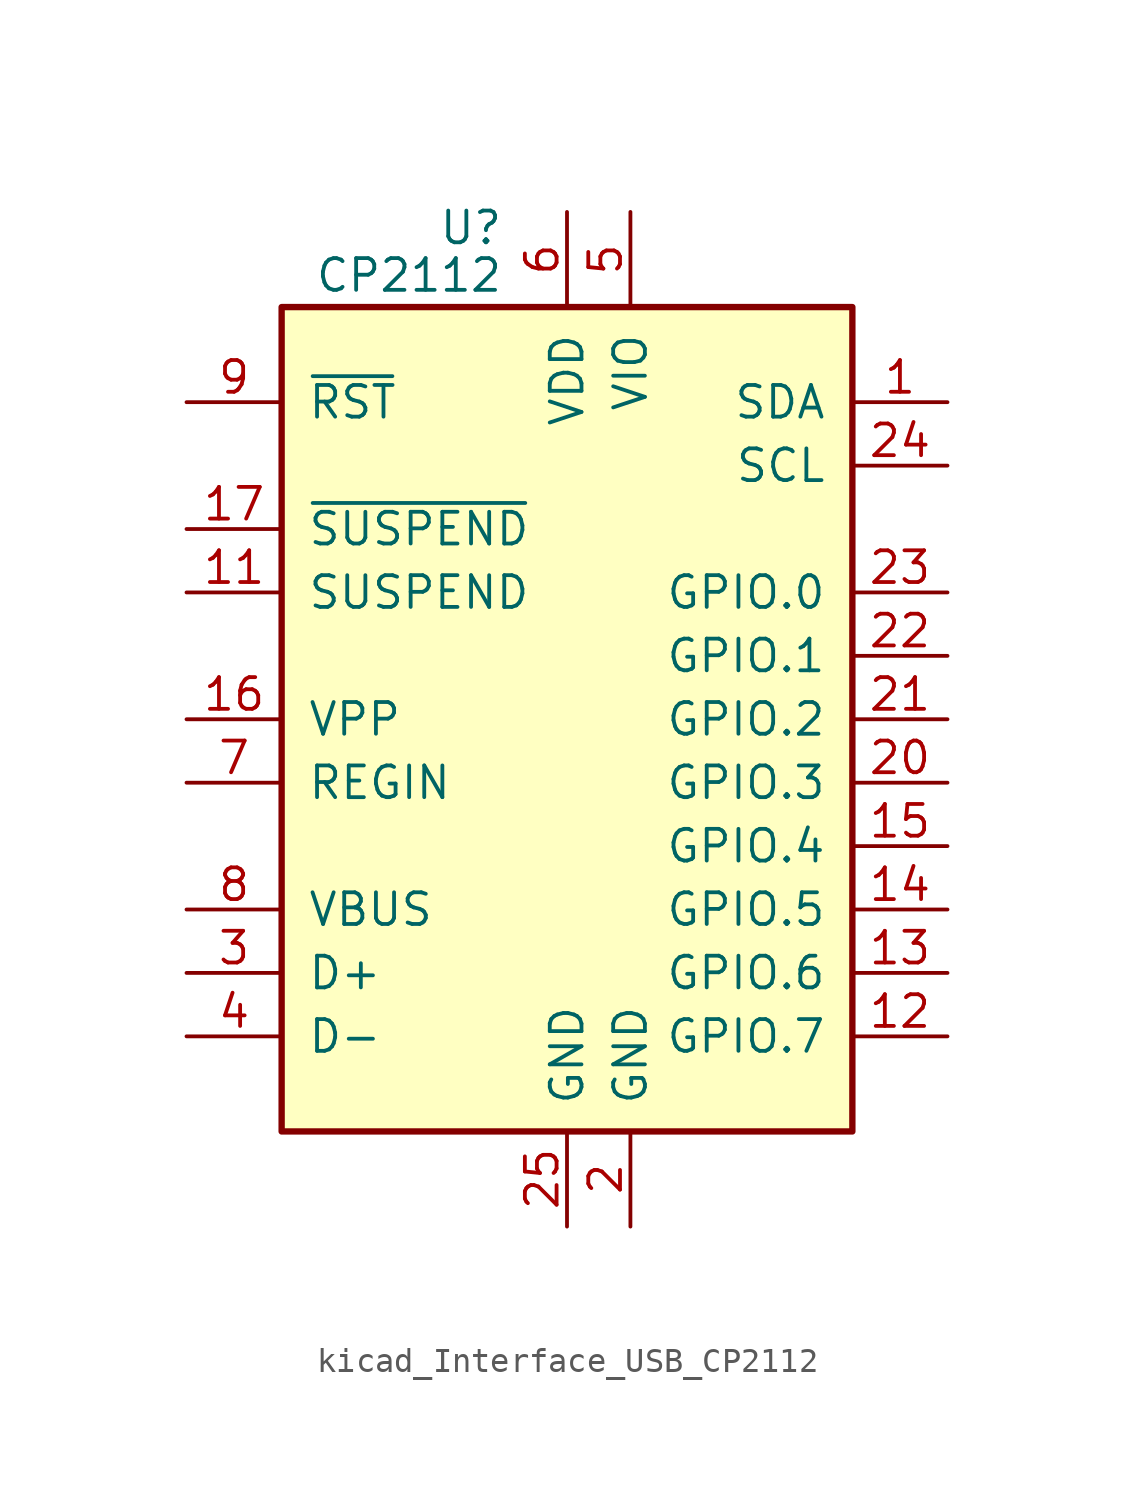
<source format=kicad_sym>
(kicad_symbol_lib
  (version 20220914)
  (generator kicad_symbol_editor)
  (symbol "kicad_Interface_USB_CP2112"
    (pin_names
      (offset 1.016))
    (property "Reference" "U"
      (at -2.54 19.685 0)
      (effects (font (size 1.27 1.27)) (justify right)))
    (property "Value" "CP2112"
      (at -2.54 17.78 0)
      (effects (font (size 1.27 1.27)) (justify right)))
    (symbol "kicad_Interface_USB_CP2112_0_1"
      (rectangle (start -11.43 16.51) (end 11.43 -16.51) (stroke (width 0.254) (type default)) (fill (type background))))
    (symbol "kicad_Interface_USB_CP2112_1_1"
      (pin bidirectional line (at 15.24 12.7 180) (length 3.81) (name "SDA" (effects (font (size 1.27 1.27)))) (number "1" (effects (font (size 1.27 1.27)))))
      (pin no_connect line (at 10.16 -16.51 90) (length 3.81) hide (name "NC" (effects (font (size 1.27 1.27)))) (number "10" (effects (font (size 1.27 1.27)))))
      (pin output line (at -15.24 5.08 0) (length 3.81) (name "SUSPEND" (effects (font (size 1.27 1.27)))) (number "11" (effects (font (size 1.27 1.27)))))
      (pin bidirectional line (at 15.24 -12.7 180) (length 3.81) (name "GPIO.7" (effects (font (size 1.27 1.27)))) (number "12" (effects (font (size 1.27 1.27)))))
      (pin bidirectional line (at 15.24 -10.16 180) (length 3.81) (name "GPIO.6" (effects (font (size 1.27 1.27)))) (number "13" (effects (font (size 1.27 1.27)))))
      (pin bidirectional line (at 15.24 -7.62 180) (length 3.81) (name "GPIO.5" (effects (font (size 1.27 1.27)))) (number "14" (effects (font (size 1.27 1.27)))))
      (pin bidirectional line (at 15.24 -5.08 180) (length 3.81) (name "GPIO.4" (effects (font (size 1.27 1.27)))) (number "15" (effects (font (size 1.27 1.27)))))
      (pin power_in line (at -15.24 0 0) (length 3.81) (name "VPP" (effects (font (size 1.27 1.27)))) (number "16" (effects (font (size 1.27 1.27)))))
      (pin output line (at -15.24 7.62 0) (length 3.81) (name "~{SUSPEND}" (effects (font (size 1.27 1.27)))) (number "17" (effects (font (size 1.27 1.27)))))
      (pin no_connect line (at 5.08 -16.51 90) (length 3.81) hide (name "NC" (effects (font (size 1.27 1.27)))) (number "18" (effects (font (size 1.27 1.27)))))
      (pin no_connect line (at 7.62 -16.51 90) (length 3.81) hide (name "NC" (effects (font (size 1.27 1.27)))) (number "19" (effects (font (size 1.27 1.27)))))
      (pin power_in line (at 2.54 -20.32 90) (length 3.81) (name "GND" (effects (font (size 1.27 1.27)))) (number "2" (effects (font (size 1.27 1.27)))))
      (pin bidirectional line (at 15.24 -2.54 180) (length 3.81) (name "GPIO.3" (effects (font (size 1.27 1.27)))) (number "20" (effects (font (size 1.27 1.27)))))
      (pin bidirectional line (at 15.24 0 180) (length 3.81) (name "GPIO.2" (effects (font (size 1.27 1.27)))) (number "21" (effects (font (size 1.27 1.27)))))
      (pin bidirectional line (at 15.24 2.54 180) (length 3.81) (name "GPIO.1" (effects (font (size 1.27 1.27)))) (number "22" (effects (font (size 1.27 1.27)))))
      (pin bidirectional line (at 15.24 5.08 180) (length 3.81) (name "GPIO.0" (effects (font (size 1.27 1.27)))) (number "23" (effects (font (size 1.27 1.27)))))
      (pin output line (at 15.24 10.16 180) (length 3.81) (name "SCL" (effects (font (size 1.27 1.27)))) (number "24" (effects (font (size 1.27 1.27)))))
      (pin power_in line (at 0 -20.32 90) (length 3.81) (name "GND" (effects (font (size 1.27 1.27)))) (number "25" (effects (font (size 1.27 1.27)))))
      (pin bidirectional line (at -15.24 -10.16 0) (length 3.81) (name "D+" (effects (font (size 1.27 1.27)))) (number "3" (effects (font (size 1.27 1.27)))))
      (pin bidirectional line (at -15.24 -12.7 0) (length 3.81) (name "D-" (effects (font (size 1.27 1.27)))) (number "4" (effects (font (size 1.27 1.27)))))
      (pin power_in line (at 2.54 20.32 270) (length 3.81) (name "VIO" (effects (font (size 1.27 1.27)))) (number "5" (effects (font (size 1.27 1.27)))))
      (pin power_in line (at 0 20.32 270) (length 3.81) (name "VDD" (effects (font (size 1.27 1.27)))) (number "6" (effects (font (size 1.27 1.27)))))
      (pin power_in line (at -15.24 -2.54 0) (length 3.81) (name "REGIN" (effects (font (size 1.27 1.27)))) (number "7" (effects (font (size 1.27 1.27)))))
      (pin input line (at -15.24 -7.62 0) (length 3.81) (name "VBUS" (effects (font (size 1.27 1.27)))) (number "8" (effects (font (size 1.27 1.27)))))
      (pin input line (at -15.24 12.7 0) (length 3.81) (name "~{RST}" (effects (font (size 1.27 1.27)))) (number "9" (effects (font (size 1.27 1.27))))))))
</source>
